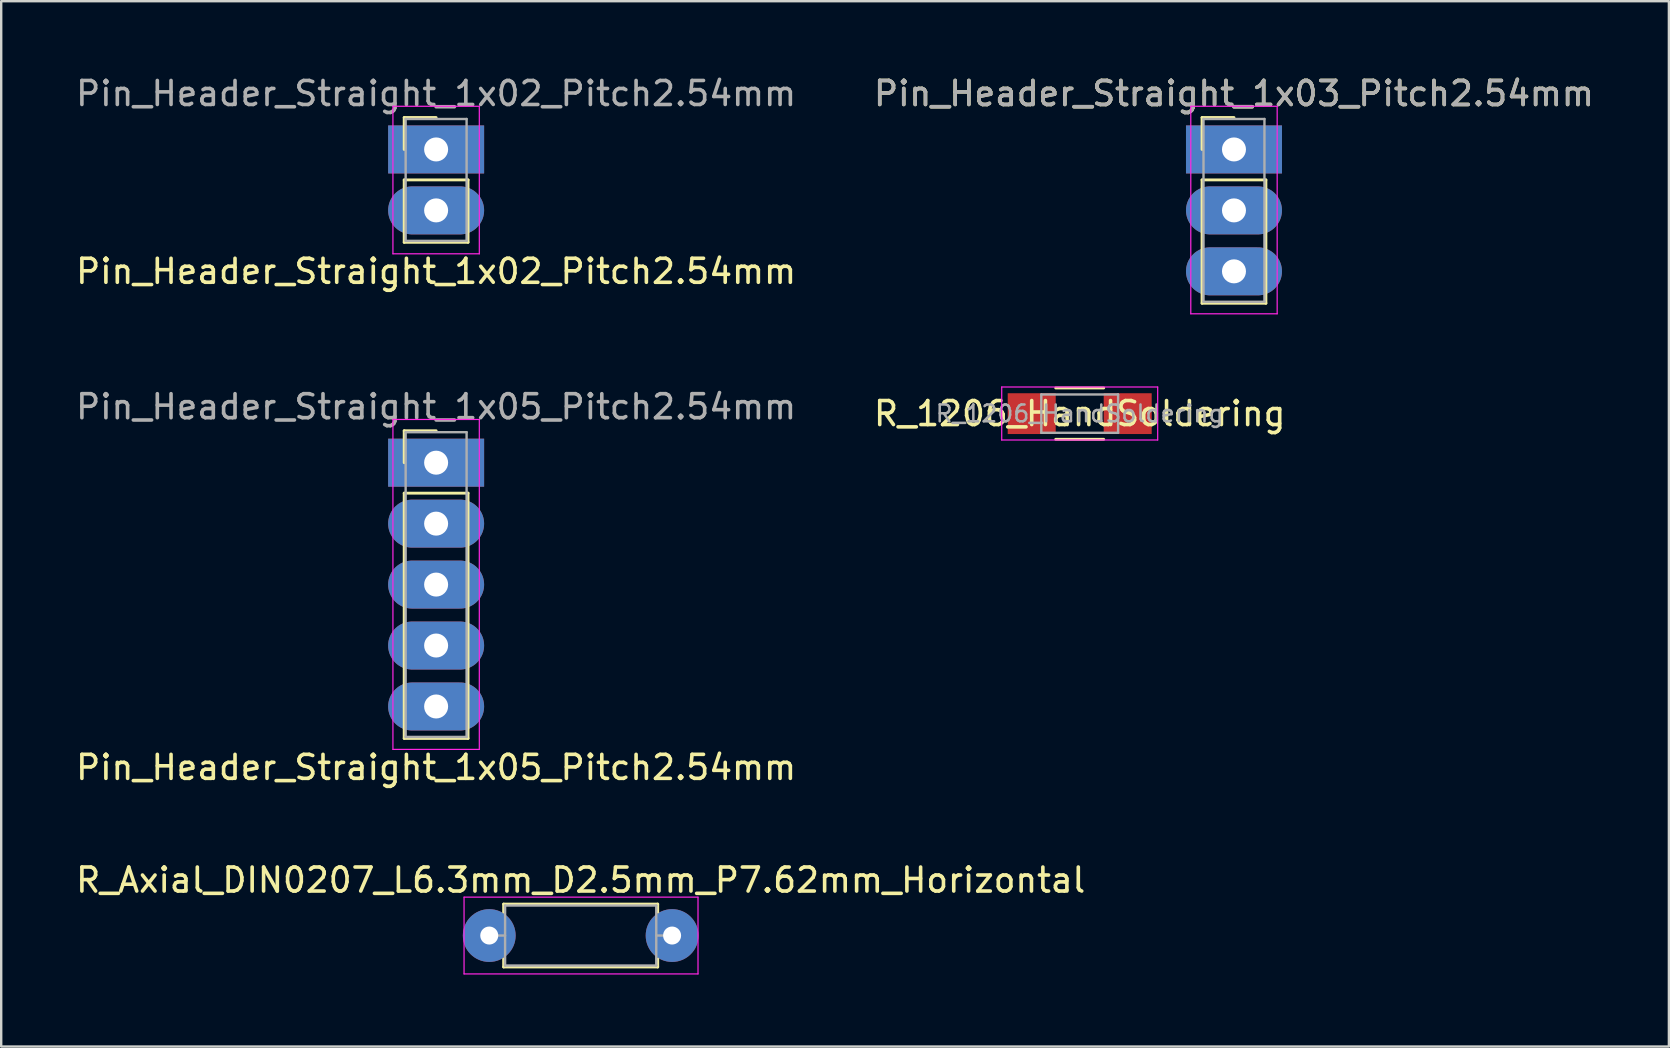
<source format=kicad_pcb>
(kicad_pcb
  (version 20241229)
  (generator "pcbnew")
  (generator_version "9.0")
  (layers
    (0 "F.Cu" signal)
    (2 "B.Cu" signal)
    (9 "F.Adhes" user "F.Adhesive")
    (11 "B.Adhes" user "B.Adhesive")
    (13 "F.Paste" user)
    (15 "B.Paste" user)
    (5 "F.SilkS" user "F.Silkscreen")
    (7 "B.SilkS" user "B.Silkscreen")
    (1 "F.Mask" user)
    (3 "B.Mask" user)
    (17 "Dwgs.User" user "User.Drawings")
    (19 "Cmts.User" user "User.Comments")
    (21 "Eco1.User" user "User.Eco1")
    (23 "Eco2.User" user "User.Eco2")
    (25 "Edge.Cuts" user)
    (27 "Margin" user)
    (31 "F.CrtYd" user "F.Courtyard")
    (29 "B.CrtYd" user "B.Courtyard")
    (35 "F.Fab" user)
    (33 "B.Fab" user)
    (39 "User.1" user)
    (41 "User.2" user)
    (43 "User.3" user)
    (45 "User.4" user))
  (footprint "R_1206_HandSoldering"
    (layer "F.Cu")
    (at 41.946 14.188)
    (property "Reference" "R_1206_HandSoldering" (at 0 0 0) (layer "F.SilkS") (effects (font (size 1 1) (thickness 0.15))))
    (attr smd)
    (fp_line (start -1 -1.07) (end 1 -1.07) (stroke (width 0.12) (type solid)) (layer "F.SilkS"))
    (fp_line (start 1 1.07) (end -1 1.07) (stroke (width 0.12) (type solid)) (layer "F.SilkS"))
    (fp_line (start -3.25 -1.11) (end -3.25 1.1) (stroke (width 0.05) (type solid)) (layer "F.CrtYd"))
    (fp_line (start -3.25 -1.11) (end 3.25 -1.11) (stroke (width 0.05) (type solid)) (layer "F.CrtYd"))
    (fp_line (start 3.25 1.1) (end -3.25 1.1) (stroke (width 0.05) (type solid)) (layer "F.CrtYd"))
    (fp_line (start 3.25 1.1) (end 3.25 -1.11) (stroke (width 0.05) (type solid)) (layer "F.CrtYd"))
    (fp_line (start -1.6 -0.8) (end 1.6 -0.8) (stroke (width 0.1) (type solid)) (layer "F.Fab"))
    (fp_line (start -1.6 0.8) (end -1.6 -0.8) (stroke (width 0.1) (type solid)) (layer "F.Fab"))
    (fp_line (start 1.6 -0.8) (end 1.6 0.8) (stroke (width 0.1) (type solid)) (layer "F.Fab"))
    (fp_line (start 1.6 0.8) (end -1.6 0.8) (stroke (width 0.1) (type solid)) (layer "F.Fab"))
    (fp_text user "${REFERENCE}" (at 0 0 0) (layer "F.Fab") (effects (font (size 0.7 0.7) (thickness 0.105))))
    (pad "1" smd rect (at -2 0) (size 2 1.7) (layers "F.Cu" "F.Mask" "F.Paste"))
    (pad "2" smd rect (at 2 0) (size 2 1.7) (layers "F.Cu" "F.Mask" "F.Paste")))
  (footprint "Pin_Header_Straight_1x03_Pitch2.54mm"
    (layer "F.Cu")
    (at 48.375 3.178)
    (property "Reference" "Pin_Header_Straight_1x03_Pitch2.54mm" (at 0 -2.33 0) (layer "F.SilkS") (effects (font (size 1 1) (thickness 0.15))))
    (attr through_hole)
    (fp_line (start -1.33 -1.33) (end 0 -1.33) (stroke (width 0.12) (type solid)) (layer "F.SilkS"))
    (fp_line (start -1.33 0) (end -1.33 -1.33) (stroke (width 0.12) (type solid)) (layer "F.SilkS"))
    (fp_line (start -1.33 1.27) (end -1.33 6.41) (stroke (width 0.12) (type solid)) (layer "F.SilkS"))
    (fp_line (start -1.33 6.41) (end 1.33 6.41) (stroke (width 0.12) (type solid)) (layer "F.SilkS"))
    (fp_line (start 1.33 1.27) (end -1.33 1.27) (stroke (width 0.12) (type solid)) (layer "F.SilkS"))
    (fp_line (start 1.33 6.41) (end 1.33 1.27) (stroke (width 0.12) (type solid)) (layer "F.SilkS"))
    (fp_line (start -1.8 -1.8) (end -1.8 6.85) (stroke (width 0.05) (type solid)) (layer "F.CrtYd"))
    (fp_line (start -1.8 6.85) (end 1.8 6.85) (stroke (width 0.05) (type solid)) (layer "F.CrtYd"))
    (fp_line (start 1.8 -1.8) (end -1.8 -1.8) (stroke (width 0.05) (type solid)) (layer "F.CrtYd"))
    (fp_line (start 1.8 6.85) (end 1.8 -1.8) (stroke (width 0.05) (type solid)) (layer "F.CrtYd"))
    (fp_line (start -1.27 -1.27) (end -1.27 6.35) (stroke (width 0.1) (type solid)) (layer "F.Fab"))
    (fp_line (start -1.27 6.35) (end 1.27 6.35) (stroke (width 0.1) (type solid)) (layer "F.Fab"))
    (fp_line (start 1.27 -1.27) (end -1.27 -1.27) (stroke (width 0.1) (type solid)) (layer "F.Fab"))
    (fp_line (start 1.27 6.35) (end 1.27 -1.27) (stroke (width 0.1) (type solid)) (layer "F.Fab"))
    (fp_text user "${REFERENCE}" (at 0 -2.33 0) (layer "F.Fab") (effects (font (size 1 1) (thickness 0.15))))
    (pad "1" thru_hole rect (at 0 0) (size 4 2) (drill 1) (layers "*.Cu" "*.Mask"))
    (pad "2" thru_hole oval (at 0 2.54) (size 4 2) (drill 1) (layers "*.Cu" "*.Mask"))
    (pad "3" thru_hole oval (at 0 5.08) (size 4 2) (drill 1) (layers "*.Cu" "*.Mask")))
  (footprint "Pin_Header_Straight_1x02_Pitch2.54mm"
    (layer "F.Cu")
    (at 15.125 3.178)
    (property "Reference" "Pin_Header_Straight_1x02_Pitch2.54mm" (at 0 5.08 0) (layer "F.SilkS") (effects (font (size 1 1) (thickness 0.15))))
    (attr through_hole)
    (fp_line (start -1.33 -1.33) (end 0 -1.33) (stroke (width 0.12) (type solid)) (layer "F.SilkS"))
    (fp_line (start -1.33 0) (end -1.33 -1.33) (stroke (width 0.12) (type solid)) (layer "F.SilkS"))
    (fp_line (start -1.33 1.27) (end -1.33 3.87) (stroke (width 0.12) (type solid)) (layer "F.SilkS"))
    (fp_line (start -1.33 3.87) (end 1.33 3.87) (stroke (width 0.12) (type solid)) (layer "F.SilkS"))
    (fp_line (start 1.33 1.27) (end -1.33 1.27) (stroke (width 0.12) (type solid)) (layer "F.SilkS"))
    (fp_line (start 1.33 3.87) (end 1.33 1.27) (stroke (width 0.12) (type solid)) (layer "F.SilkS"))
    (fp_line (start -1.8 -1.8) (end -1.8 4.35) (stroke (width 0.05) (type solid)) (layer "F.CrtYd"))
    (fp_line (start -1.8 4.35) (end 1.8 4.35) (stroke (width 0.05) (type solid)) (layer "F.CrtYd"))
    (fp_line (start 1.8 -1.8) (end -1.8 -1.8) (stroke (width 0.05) (type solid)) (layer "F.CrtYd"))
    (fp_line (start 1.8 4.35) (end 1.8 -1.8) (stroke (width 0.05) (type solid)) (layer "F.CrtYd"))
    (fp_line (start -1.27 -1.27) (end -1.27 3.81) (stroke (width 0.1) (type solid)) (layer "F.Fab"))
    (fp_line (start -1.27 3.81) (end 1.27 3.81) (stroke (width 0.1) (type solid)) (layer "F.Fab"))
    (fp_line (start 1.27 -1.27) (end -1.27 -1.27) (stroke (width 0.1) (type solid)) (layer "F.Fab"))
    (fp_line (start 1.27 3.81) (end 1.27 -1.27) (stroke (width 0.1) (type solid)) (layer "F.Fab"))
    (fp_text user "${REFERENCE}" (at 0 -2.33 0) (layer "F.Fab") (effects (font (size 1 1) (thickness 0.15))))
    (pad "1" thru_hole rect (at 0 0) (size 4 2) (drill 1) (layers "*.Cu" "*.Mask"))
    (pad "2" thru_hole oval (at 0 2.54) (size 4 2) (drill 1) (layers "*.Cu" "*.Mask")))
  (footprint "Pin_Header_Straight_1x05_Pitch2.54mm"
    (layer "F.Cu")
    (at 15.125 16.232)
    (property "Reference" "Pin_Header_Straight_1x05_Pitch2.54mm" (at 0 12.7 0) (layer "F.SilkS") (effects (font (size 1 1) (thickness 0.15))))
    (attr through_hole)
    (fp_line (start -1.33 -1.33) (end 0 -1.33) (stroke (width 0.12) (type solid)) (layer "F.SilkS"))
    (fp_line (start -1.33 0) (end -1.33 -1.33) (stroke (width 0.12) (type solid)) (layer "F.SilkS"))
    (fp_line (start -1.33 1.27) (end -1.33 11.49) (stroke (width 0.12) (type solid)) (layer "F.SilkS"))
    (fp_line (start -1.33 11.49) (end 1.33 11.49) (stroke (width 0.12) (type solid)) (layer "F.SilkS"))
    (fp_line (start 1.33 1.27) (end -1.33 1.27) (stroke (width 0.12) (type solid)) (layer "F.SilkS"))
    (fp_line (start 1.33 11.49) (end 1.33 1.27) (stroke (width 0.12) (type solid)) (layer "F.SilkS"))
    (fp_line (start -1.8 -1.8) (end -1.8 11.95) (stroke (width 0.05) (type solid)) (layer "F.CrtYd"))
    (fp_line (start -1.8 11.95) (end 1.8 11.95) (stroke (width 0.05) (type solid)) (layer "F.CrtYd"))
    (fp_line (start 1.8 -1.8) (end -1.8 -1.8) (stroke (width 0.05) (type solid)) (layer "F.CrtYd"))
    (fp_line (start 1.8 11.95) (end 1.8 -1.8) (stroke (width 0.05) (type solid)) (layer "F.CrtYd"))
    (fp_line (start -1.27 -1.27) (end -1.27 11.43) (stroke (width 0.1) (type solid)) (layer "F.Fab"))
    (fp_line (start -1.27 11.43) (end 1.27 11.43) (stroke (width 0.1) (type solid)) (layer "F.Fab"))
    (fp_line (start 1.27 -1.27) (end -1.27 -1.27) (stroke (width 0.1) (type solid)) (layer "F.Fab"))
    (fp_line (start 1.27 11.43) (end 1.27 -1.27) (stroke (width 0.1) (type solid)) (layer "F.Fab"))
    (fp_text user "${REFERENCE}" (at 0 -2.33 0) (layer "F.Fab") (effects (font (size 1 1) (thickness 0.15))))
    (pad "1" thru_hole rect (at 0 0) (size 4 2) (drill 1) (layers "*.Cu" "*.Mask"))
    (pad "2" thru_hole oval (at 0 2.54) (size 4 2) (drill 1) (layers "*.Cu" "*.Mask"))
    (pad "3" thru_hole oval (at 0 5.08) (size 4 2) (drill 1) (layers "*.Cu" "*.Mask"))
    (pad "4" thru_hole oval (at 0 7.62) (size 4 2) (drill 1) (layers "*.Cu" "*.Mask"))
    (pad "5" thru_hole oval (at 0 10.16) (size 4 2) (drill 1) (layers "*.Cu" "*.Mask")))
  (footprint "R_Axial_DIN0207_L6.3mm_D2.5mm_P7.62mm_Horizontal"
    (layer "F.Cu")
    (at 17.339 35.938)
    (property "Reference" "R_Axial_DIN0207_L6.3mm_D2.5mm_P7.62mm_Horizontal" (at 3.81 -2.31 0) (layer "F.SilkS") (effects (font (size 1 1) (thickness 0.15))))
    (attr through_hole)
    (fp_line (start 0.6 -1.31) (end 7.02 -1.31) (stroke (width 0.12) (type solid)) (layer "F.SilkS"))
    (fp_line (start 0.6 -0.98) (end 0.6 -1.31) (stroke (width 0.12) (type solid)) (layer "F.SilkS"))
    (fp_line (start 0.6 0.98) (end 0.6 1.31) (stroke (width 0.12) (type solid)) (layer "F.SilkS"))
    (fp_line (start 0.6 1.31) (end 7.02 1.31) (stroke (width 0.12) (type solid)) (layer "F.SilkS"))
    (fp_line (start 7.02 -1.31) (end 7.02 -0.98) (stroke (width 0.12) (type solid)) (layer "F.SilkS"))
    (fp_line (start 7.02 1.31) (end 7.02 0.98) (stroke (width 0.12) (type solid)) (layer "F.SilkS"))
    (fp_line (start -1.05 -1.6) (end -1.05 1.6) (stroke (width 0.05) (type solid)) (layer "F.CrtYd"))
    (fp_line (start -1.05 1.6) (end 8.7 1.6) (stroke (width 0.05) (type solid)) (layer "F.CrtYd"))
    (fp_line (start 8.7 -1.6) (end -1.05 -1.6) (stroke (width 0.05) (type solid)) (layer "F.CrtYd"))
    (fp_line (start 8.7 1.6) (end 8.7 -1.6) (stroke (width 0.05) (type solid)) (layer "F.CrtYd"))
    (fp_line (start 0 0) (end 0.66 0) (stroke (width 0.1) (type solid)) (layer "F.Fab"))
    (fp_line (start 0.66 -1.25) (end 0.66 1.25) (stroke (width 0.1) (type solid)) (layer "F.Fab"))
    (fp_line (start 0.66 1.25) (end 6.96 1.25) (stroke (width 0.1) (type solid)) (layer "F.Fab"))
    (fp_line (start 6.96 -1.25) (end 0.66 -1.25) (stroke (width 0.1) (type solid)) (layer "F.Fab"))
    (fp_line (start 6.96 1.25) (end 6.96 -1.25) (stroke (width 0.1) (type solid)) (layer "F.Fab"))
    (fp_line (start 7.62 0) (end 6.96 0) (stroke (width 0.1) (type solid)) (layer "F.Fab"))
    (pad "1" thru_hole oval (at 0 0) (size 2.2 2.2) (drill 0.75) (layers "*.Cu" "*.Mask"))
    (pad "2" thru_hole oval (at 7.62 0) (size 2.2 2.2) (drill 0.75) (layers "*.Cu" "*.Mask")))
  (gr_rect
    (start -3 -3)
    (end 66.5 40.563)
    (stroke (width 0.1) (type default))
    (fill no)
    (layer "Edge.Cuts")))
</source>
